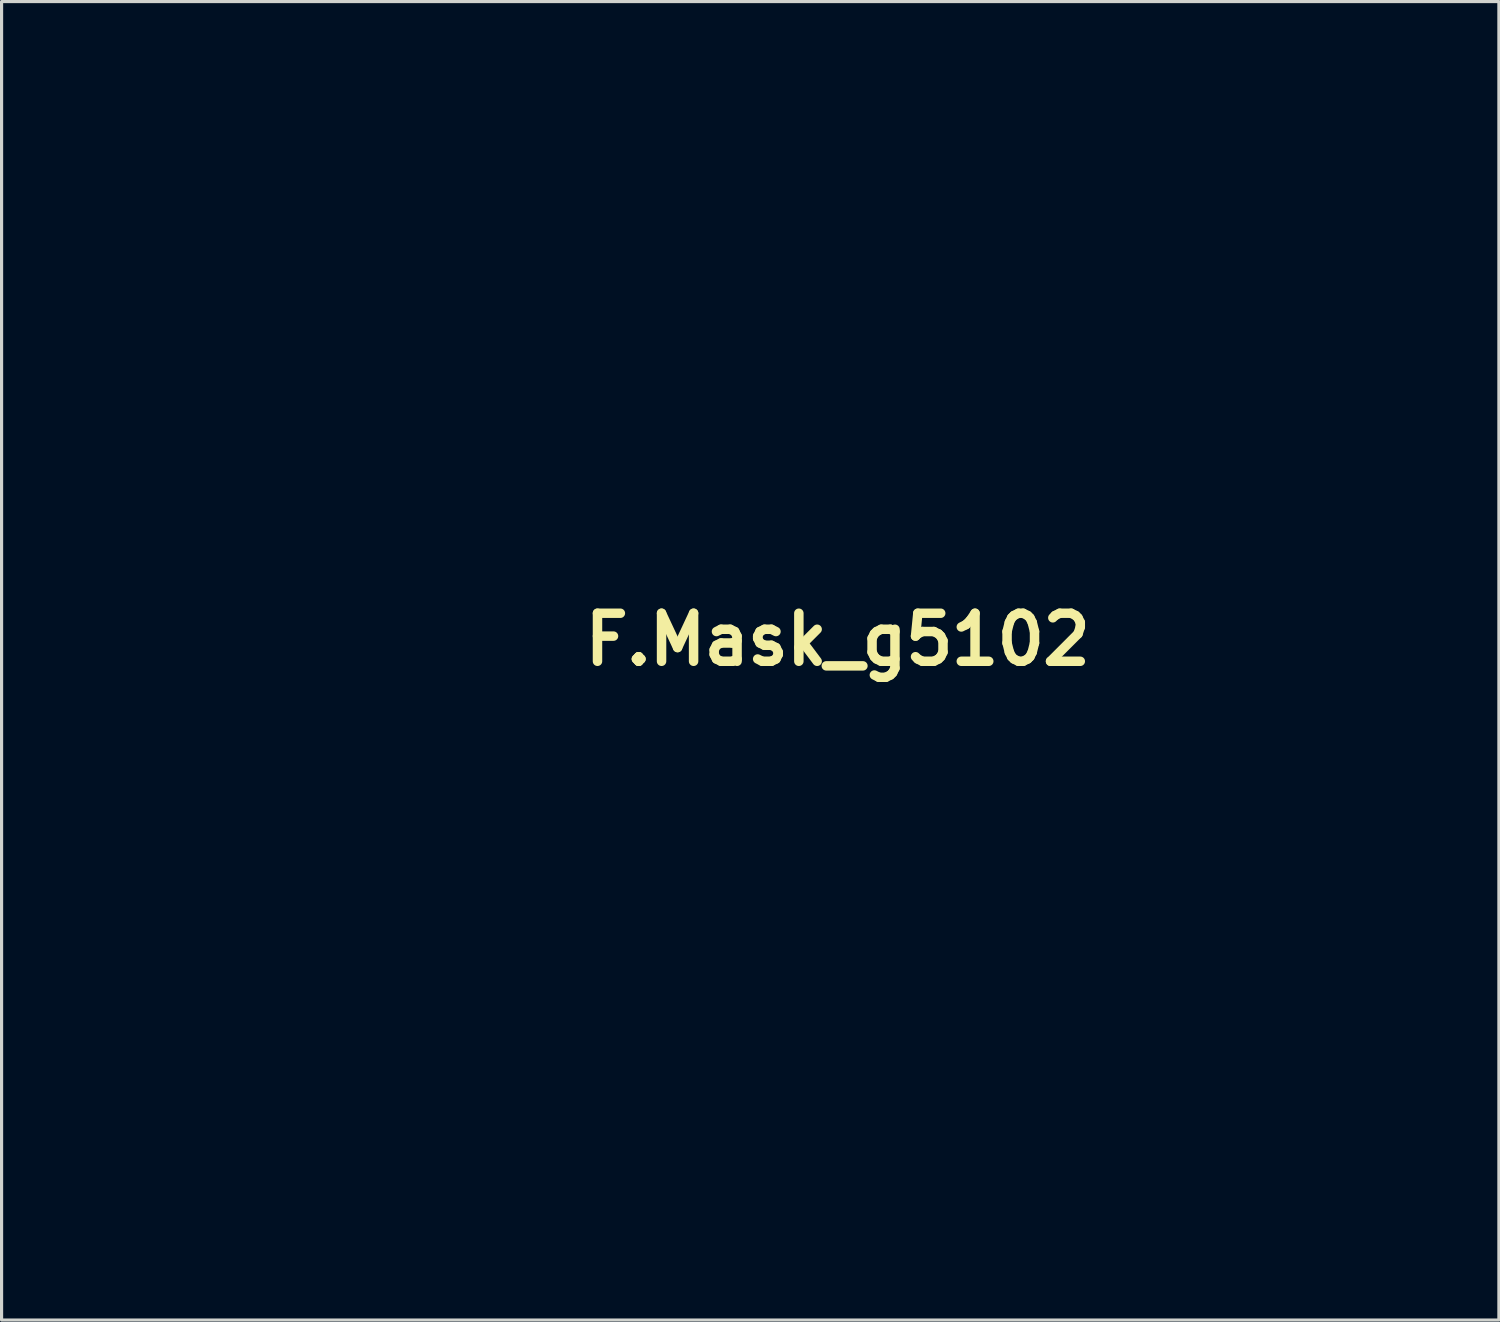
<source format=kicad_pcb>
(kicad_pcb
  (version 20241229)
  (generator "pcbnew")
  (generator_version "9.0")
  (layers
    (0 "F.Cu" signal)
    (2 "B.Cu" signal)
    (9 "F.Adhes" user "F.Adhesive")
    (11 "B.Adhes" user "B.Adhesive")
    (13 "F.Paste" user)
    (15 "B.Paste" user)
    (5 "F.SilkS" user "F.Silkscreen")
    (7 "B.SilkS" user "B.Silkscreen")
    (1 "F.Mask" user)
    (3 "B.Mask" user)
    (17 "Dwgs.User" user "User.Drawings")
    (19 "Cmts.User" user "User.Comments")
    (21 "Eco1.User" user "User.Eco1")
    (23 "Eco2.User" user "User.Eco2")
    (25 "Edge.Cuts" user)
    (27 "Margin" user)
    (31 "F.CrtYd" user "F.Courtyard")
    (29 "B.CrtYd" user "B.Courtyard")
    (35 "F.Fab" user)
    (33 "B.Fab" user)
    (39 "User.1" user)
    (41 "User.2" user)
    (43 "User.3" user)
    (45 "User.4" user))
  (footprint "F.Mask_g5102"
    (layer "F.Cu")
    (at 23.52 17.234)
    (property "Reference" "F.Mask_g5102" (at 0 0 0) (layer "F.SilkS") (effects (font (size 1.524 1.524) (thickness 0.3))))
    (attr through_hole)
    (fp_poly (pts (xy -18.004 12.035) (xy -18.031 12.074) (xy -18.07 12.109) (xy -18.175 12.18) (xy -18.232 12.18) (xy -18.246 12.133) (xy -18.208 12.068) (xy -18.111 12.029) (xy -18.041 12.024) (xy -18.004 12.035)) (stroke (width 0.01) (type solid)) (fill yes) (layer "F.Mask"))
    (fp_poly (pts (xy -18.835 7.513) (xy -18.704 7.551) (xy -18.605 7.603) (xy -18.55 7.663) (xy -18.553 7.727) (xy -18.624 7.788) (xy -18.739 7.819) (xy -18.9 7.829) (xy -19.072 7.818) (xy -19.219 7.787) (xy -19.272 7.765) (xy -19.366 7.689) (xy -19.38 7.613) (xy -19.313 7.549) (xy -19.28 7.534) (xy -19.136 7.5) (xy -18.984 7.494) (xy -18.835 7.513)) (stroke (width 0.01) (type solid)) (fill yes) (layer "F.Mask"))
    (fp_poly (pts (xy -18.487 -1.295) (xy -18.356 -1.248) (xy -18.217 -1.189) (xy -18.04 -1.089) (xy -17.924 -0.99) (xy -17.875 -0.899) (xy -17.886 -0.846) (xy -17.951 -0.813) (xy -18.064 -0.809) (xy -18.196 -0.832) (xy -18.309 -0.875) (xy -18.456 -0.967) (xy -18.569 -1.068) (xy -18.642 -1.166) (xy -18.667 -1.247) (xy -18.637 -1.299) (xy -18.574 -1.312) (xy -18.487 -1.295)) (stroke (width 0.01) (type solid)) (fill yes) (layer "F.Mask"))
    (fp_poly (pts (xy -19.796 15.413) (xy -19.77 15.433) (xy -19.749 15.486) (xy -19.725 15.589) (xy -19.693 15.757) (xy -19.688 15.785) (xy -19.652 15.945) (xy -19.593 16.168) (xy -19.519 16.433) (xy -19.433 16.725) (xy -19.341 17.023) (xy -19.25 17.309) (xy -19.164 17.566) (xy -19.09 17.776) (xy -19.047 17.885) (xy -18.986 18.042) (xy -18.942 18.18) (xy -18.923 18.271) (xy -18.923 18.277) (xy -18.948 18.358) (xy -19.017 18.375) (xy -19.121 18.331) (xy -19.251 18.229) (xy -19.308 18.172) (xy -19.572 17.862) (xy -19.788 17.543) (xy -19.942 17.234) (xy -19.965 17.172) (xy -20.026 16.954) (xy -20.065 16.709) (xy -20.085 16.452) (xy -20.085 16.197) (xy -20.068 15.956) (xy -20.033 15.743) (xy -19.983 15.572) (xy -19.918 15.456) (xy -19.839 15.41) (xy -19.831 15.409) (xy -19.796 15.413)) (stroke (width 0.01) (type solid)) (fill yes) (layer "F.Mask"))
    (fp_poly (pts (xy -22.407 -1.416) (xy -22.37 -1.391) (xy -22.347 -1.35) (xy -22.347 -1.286) (xy -22.372 -1.181) (xy -22.425 -1.019) (xy -22.44 -0.977) (xy -22.5 -0.795) (xy -22.57 -0.561) (xy -22.646 -0.291) (xy -22.725 0.003) (xy -22.803 0.307) (xy -22.878 0.607) (xy -22.945 0.889) (xy -23.001 1.14) (xy -23.043 1.346) (xy -23.067 1.493) (xy -23.072 1.55) (xy -23.107 1.564) (xy -23.15 1.566) (xy -23.223 1.531) (xy -23.276 1.46) (xy -23.314 1.334) (xy -23.348 1.147) (xy -23.375 0.92) (xy -23.393 0.676) (xy -23.4 0.439) (xy -23.394 0.231) (xy -23.394 0.223) (xy -23.369 0.019) (xy -23.328 -0.189) (xy -23.28 -0.358) (xy -23.277 -0.367) (xy -23.167 -0.623) (xy -23.039 -0.859) (xy -22.901 -1.065) (xy -22.761 -1.232) (xy -22.627 -1.353) (xy -22.507 -1.417) (xy -22.407 -1.416)) (stroke (width 0.01) (type solid)) (fill yes) (layer "F.Mask"))
    (fp_poly (pts (xy -22.93 8.915) (xy -22.875 8.96) (xy -22.873 9.048) (xy -22.876 9.065) (xy -22.893 9.195) (xy -22.907 9.395) (xy -22.918 9.646) (xy -22.926 9.934) (xy -22.93 10.241) (xy -22.931 10.551) (xy -22.927 10.849) (xy -22.919 11.118) (xy -22.91 11.299) (xy -22.897 11.528) (xy -22.888 11.73) (xy -22.884 11.888) (xy -22.886 11.986) (xy -22.889 12.008) (xy -22.94 12.062) (xy -23.014 12.04) (xy -23.104 11.948) (xy -23.132 11.906) (xy -23.192 11.796) (xy -23.266 11.632) (xy -23.341 11.442) (xy -23.375 11.345) (xy -23.436 11.16) (xy -23.476 11.01) (xy -23.5 10.866) (xy -23.511 10.699) (xy -23.515 10.481) (xy -23.515 10.435) (xy -23.513 10.201) (xy -23.504 10.023) (xy -23.483 9.873) (xy -23.446 9.722) (xy -23.392 9.547) (xy -23.297 9.3) (xy -23.195 9.106) (xy -23.092 8.974) (xy -22.994 8.912) (xy -22.93 8.915)) (stroke (width 0.01) (type solid)) (fill yes) (layer "F.Mask"))
    (fp_poly (pts (xy 13.942 -16.343) (xy 14.171 -16.278) (xy 14.327 -16.186) (xy 14.488 -16.045) (xy 14.633 -15.88) (xy 14.738 -15.715) (xy 14.773 -15.628) (xy 14.802 -15.455) (xy 14.812 -15.223) (xy 14.805 -14.955) (xy 14.781 -14.675) (xy 14.757 -14.499) (xy 14.728 -14.245) (xy 14.738 -14.066) (xy 14.787 -13.961) (xy 14.877 -13.928) (xy 15.008 -13.968) (xy 15.156 -14.06) (xy 15.451 -14.236) (xy 15.733 -14.33) (xy 15.998 -14.342) (xy 16.243 -14.274) (xy 16.463 -14.125) (xy 16.656 -13.898) (xy 16.79 -13.655) (xy 16.899 -13.326) (xy 16.929 -12.99) (xy 16.878 -12.642) (xy 16.747 -12.278) (xy 16.612 -12.022) (xy 16.512 -11.826) (xy 16.45 -11.648) (xy 16.428 -11.503) (xy 16.45 -11.406) (xy 16.472 -11.384) (xy 16.537 -11.368) (xy 16.666 -11.356) (xy 16.838 -11.348) (xy 16.972 -11.346) (xy 17.412 -11.345) (xy 17.575 -11.168) (xy 17.689 -11.025) (xy 17.802 -10.852) (xy 17.854 -10.756) (xy 17.916 -10.616) (xy 17.95 -10.49) (xy 17.964 -10.343) (xy 17.965 -10.181) (xy 17.939 -9.85) (xy 17.877 -9.518) (xy 17.785 -9.209) (xy 17.668 -8.942) (xy 17.541 -8.747) (xy 17.436 -8.632) (xy 17.361 -8.582) (xy 17.299 -8.594) (xy 17.239 -8.655) (xy 17.163 -8.774) (xy 17.114 -8.878) (xy 17.081 -8.97) (xy 17.028 -9.116) (xy 16.965 -9.292) (xy 16.934 -9.377) (xy 16.775 -9.767) (xy 16.563 -10.205) (xy 16.306 -10.679) (xy 16.011 -11.178) (xy 15.683 -11.688) (xy 15.331 -12.199) (xy 15.134 -12.47) (xy 14.858 -12.809) (xy 14.532 -13.152) (xy 14.147 -13.505) (xy 13.699 -13.873) (xy 13.179 -14.263) (xy 13.006 -14.387) (xy 12.789 -14.545) (xy 12.634 -14.669) (xy 12.532 -14.771) (xy 12.476 -14.863) (xy 12.455 -14.956) (xy 12.461 -15.061) (xy 12.464 -15.08) (xy 12.519 -15.282) (xy 12.617 -15.514) (xy 12.744 -15.743) (xy 12.882 -15.938) (xy 12.893 -15.951) (xy 13.114 -16.149) (xy 13.374 -16.284) (xy 13.655 -16.35) (xy 13.942 -16.343)) (stroke (width 0.01) (type solid)) (fill yes) (layer "F.Mask"))
    (fp_poly (pts (xy -2.301 -17.201) (xy -2.074 -17.111) (xy -1.874 -16.954) (xy -1.694 -16.723) (xy -1.565 -16.493) (xy -1.472 -16.251) (xy -1.44 -16.029) (xy -1.471 -15.841) (xy -1.508 -15.767) (xy -1.57 -15.698) (xy -1.682 -15.594) (xy -1.826 -15.472) (xy -1.942 -15.38) (xy -2.237 -15.134) (xy -2.566 -14.832) (xy -2.917 -14.485) (xy -3.277 -14.107) (xy -3.635 -13.711) (xy -3.978 -13.312) (xy -4.295 -12.921) (xy -4.572 -12.553) (xy -4.72 -12.34) (xy -4.85 -12.136) (xy -5.002 -11.882) (xy -5.161 -11.604) (xy -5.311 -11.329) (xy -5.38 -11.197) (xy -5.551 -10.87) (xy -5.69 -10.616) (xy -5.801 -10.431) (xy -5.885 -10.311) (xy -5.945 -10.252) (xy -5.967 -10.245) (xy -6.015 -10.274) (xy -6.091 -10.349) (xy -6.12 -10.382) (xy -6.303 -10.661) (xy -6.43 -10.995) (xy -6.499 -11.373) (xy -6.507 -11.784) (xy -6.505 -11.811) (xy -6.466 -12.165) (xy -6.4 -12.443) (xy -6.304 -12.647) (xy -6.177 -12.781) (xy -6.017 -12.85) (xy -5.981 -12.856) (xy -5.774 -12.857) (xy -5.551 -12.814) (xy -5.354 -12.738) (xy -5.288 -12.697) (xy -5.159 -12.627) (xy -5.069 -12.631) (xy -5.016 -12.708) (xy -5.013 -12.721) (xy -5.001 -12.802) (xy -5.007 -12.893) (xy -5.038 -13.007) (xy -5.096 -13.16) (xy -5.187 -13.364) (xy -5.262 -13.525) (xy -5.355 -13.726) (xy -5.418 -13.874) (xy -5.455 -13.992) (xy -5.475 -14.104) (xy -5.481 -14.234) (xy -5.482 -14.352) (xy -5.478 -14.543) (xy -5.462 -14.684) (xy -5.427 -14.81) (xy -5.363 -14.953) (xy -5.343 -14.996) (xy -5.178 -15.27) (xy -4.994 -15.462) (xy -4.792 -15.571) (xy -4.576 -15.598) (xy -4.346 -15.542) (xy -4.104 -15.402) (xy -3.98 -15.3) (xy -3.816 -15.164) (xy -3.69 -15.086) (xy -3.598 -15.07) (xy -3.537 -15.121) (xy -3.501 -15.242) (xy -3.488 -15.437) (xy -3.493 -15.711) (xy -3.497 -15.801) (xy -3.506 -16.145) (xy -3.49 -16.421) (xy -3.447 -16.642) (xy -3.375 -16.823) (xy -3.271 -16.977) (xy -3.255 -16.996) (xy -3.118 -17.115) (xy -2.946 -17.189) (xy -2.721 -17.224) (xy -2.564 -17.229) (xy -2.301 -17.201)) (stroke (width 0.01) (type solid)) (fill yes) (layer "F.Mask"))
    (fp_poly (pts (xy -21.184 -2.134) (xy -21.009 -2.092) (xy -20.794 -2.025) (xy -20.528 -1.932) (xy -20.203 -1.809) (xy -19.81 -1.656) (xy -19.782 -1.645) (xy -18.927 -1.307) (xy -19.012 -1.089) (xy -19.064 -0.962) (xy -19.105 -0.866) (xy -19.121 -0.834) (xy -19.172 -0.82) (xy -19.291 -0.815) (xy -19.462 -0.818) (xy -19.616 -0.825) (xy -19.832 -0.835) (xy -19.97 -0.833) (xy -20.031 -0.815) (xy -20.014 -0.78) (xy -19.918 -0.726) (xy -19.742 -0.651) (xy -19.537 -0.572) (xy -19.358 -0.502) (xy -19.206 -0.44) (xy -19.101 -0.394) (xy -19.065 -0.373) (xy -19.031 -0.308) (xy -19.016 -0.202) (xy -19.016 -0.199) (xy -18.997 -0.101) (xy -18.948 0.047) (xy -18.878 0.218) (xy -18.842 0.294) (xy -18.762 0.476) (xy -18.702 0.641) (xy -18.671 0.766) (xy -18.669 0.794) (xy -18.66 0.937) (xy -18.621 1.026) (xy -18.539 1.073) (xy -18.397 1.091) (xy -18.277 1.091) (xy -18.047 1.106) (xy -17.818 1.15) (xy -17.605 1.218) (xy -17.426 1.303) (xy -17.298 1.398) (xy -17.237 1.496) (xy -17.237 1.499) (xy -17.247 1.605) (xy -17.327 1.666) (xy -17.475 1.681) (xy -17.69 1.651) (xy -17.969 1.576) (xy -18.186 1.503) (xy -18.359 1.441) (xy -18.503 1.392) (xy -18.599 1.361) (xy -18.627 1.355) (xy -18.655 1.392) (xy -18.683 1.484) (xy -18.689 1.513) (xy -18.745 1.729) (xy -18.825 1.874) (xy -18.939 1.963) (xy -19.022 1.993) (xy -19.196 2.04) (xy -19.081 2.124) (xy -18.99 2.219) (xy -18.969 2.308) (xy -19.02 2.375) (xy -19.074 2.396) (xy -19.168 2.406) (xy -19.316 2.406) (xy -19.489 2.397) (xy -19.514 2.395) (xy -19.714 2.384) (xy -19.832 2.394) (xy -19.869 2.423) (xy -19.827 2.471) (xy -19.706 2.535) (xy -19.506 2.617) (xy -19.309 2.686) (xy -19.162 2.738) (xy -19.08 2.778) (xy -19.045 2.82) (xy -19.041 2.878) (xy -19.044 2.903) (xy -19.089 3.116) (xy -19.163 3.279) (xy -19.259 3.376) (xy -19.262 3.377) (xy -19.381 3.407) (xy -19.579 3.414) (xy -19.851 3.398) (xy -20.197 3.36) (xy -20.611 3.298) (xy -20.63 3.295) (xy -20.883 3.257) (xy -21.06 3.237) (xy -21.17 3.236) (xy -21.217 3.251) (xy -21.249 3.311) (xy -21.217 3.371) (xy -21.116 3.434) (xy -20.94 3.504) (xy -20.794 3.551) (xy -20.564 3.627) (xy -20.41 3.69) (xy -20.327 3.745) (xy -20.31 3.797) (xy -20.351 3.851) (xy -20.411 3.893) (xy -20.529 3.952) (xy -20.642 3.971) (xy -20.785 3.954) (xy -20.863 3.937) (xy -21.022 3.875) (xy -21.197 3.768) (xy -21.371 3.631) (xy -21.53 3.478) (xy -21.658 3.325) (xy -21.739 3.185) (xy -21.759 3.097) (xy -21.722 3.013) (xy -21.621 2.914) (xy -21.474 2.81) (xy -21.299 2.71) (xy -21.113 2.626) (xy -20.934 2.566) (xy -20.779 2.54) (xy -20.763 2.54) (xy -20.589 2.521) (xy -20.478 2.458) (xy -20.421 2.339) (xy -20.405 2.162) (xy -20.394 1.987) (xy -20.36 1.884) (xy -20.339 1.861) (xy -20.285 1.777) (xy -20.304 1.687) (xy -20.386 1.599) (xy -20.52 1.523) (xy -20.697 1.468) (xy -20.812 1.449) (xy -20.93 1.443) (xy -20.986 1.466) (xy -20.985 1.531) (xy -20.929 1.649) (xy -20.902 1.698) (xy -20.807 1.868) (xy -21.061 2.098) (xy -21.314 2.303) (xy -21.541 2.433) (xy -21.754 2.492) (xy -21.962 2.482) (xy -22.169 2.409) (xy -22.335 2.301) (xy -22.5 2.147) (xy -22.638 1.975) (xy -22.728 1.809) (xy -22.737 1.782) (xy -22.76 1.661) (xy -21.626 1.661) (xy -21.618 1.712) (xy -21.569 1.772) (xy -21.504 1.751) (xy -21.438 1.672) (xy -21.394 1.564) (xy -21.406 1.48) (xy -21.471 1.44) (xy -21.484 1.439) (xy -21.55 1.476) (xy -21.603 1.561) (xy -21.626 1.661) (xy -22.76 1.661) (xy -22.771 1.606) (xy -22.766 1.459) (xy -22.724 1.357) (xy -22.662 1.32) (xy -22.545 1.28) (xy -22.506 1.207) (xy -22.545 1.103) (xy -22.58 1.056) (xy -22.666 0.893) (xy -22.697 0.688) (xy -22.678 0.461) (xy -22.612 0.23) (xy -22.503 0.017) (xy -22.371 -0.144) (xy -22.272 -0.244) (xy -22.204 -0.324) (xy -22.183 -0.36) (xy -22.157 -0.416) (xy -22.112 -0.473) (xy -22.063 -0.573) (xy -22.049 -0.733) (xy -22.05 -0.768) (xy -22.051 -0.88) (xy -22.035 -0.963) (xy -21.992 -1.041) (xy -21.909 -1.14) (xy -21.824 -1.23) (xy -21.714 -1.35) (xy -21.632 -1.448) (xy -21.592 -1.509) (xy -21.59 -1.516) (xy -21.627 -1.592) (xy -21.73 -1.634) (xy -21.883 -1.635) (xy -21.907 -1.632) (xy -22.024 -1.618) (xy -22.081 -1.628) (xy -22.097 -1.667) (xy -22.098 -1.686) (xy -22.064 -1.768) (xy -21.976 -1.872) (xy -21.853 -1.977) (xy -21.717 -2.067) (xy -21.647 -2.101) (xy -21.548 -2.135) (xy -21.444 -2.154) (xy -21.326 -2.154) (xy -21.184 -2.134)) (stroke (width 0.01) (type solid)) (fill yes) (layer "F.Mask"))
    (fp_poly (pts (xy -18.418 13.492) (xy -18.381 13.516) (xy -18.309 13.55) (xy -18.177 13.591) (xy -18.006 13.633) (xy -17.907 13.653) (xy -17.733 13.687) (xy -17.593 13.716) (xy -17.505 13.737) (xy -17.487 13.744) (xy -17.502 13.78) (xy -17.563 13.855) (xy -17.611 13.906) (xy -17.689 13.996) (xy -17.728 14.061) (xy -17.729 14.078) (xy -17.682 14.072) (xy -17.58 14.033) (xy -17.443 13.971) (xy -17.402 13.95) (xy -17.224 13.869) (xy -17.043 13.801) (xy -16.897 13.759) (xy -16.89 13.758) (xy -16.759 13.738) (xy -16.677 13.746) (xy -16.608 13.787) (xy -16.574 13.817) (xy -16.476 13.886) (xy -16.332 13.96) (xy -16.218 14.007) (xy -16.012 14.105) (xy -15.871 14.228) (xy -15.856 14.246) (xy -15.752 14.354) (xy -15.655 14.384) (xy -15.554 14.335) (xy -15.455 14.228) (xy -15.285 14.058) (xy -15.06 13.897) (xy -14.811 13.764) (xy -14.676 13.711) (xy -14.513 13.666) (xy -14.412 13.666) (xy -14.362 13.715) (xy -14.351 13.791) (xy -14.392 13.911) (xy -14.515 14.048) (xy -14.718 14.202) (xy -15 14.372) (xy -15.11 14.43) (xy -15.297 14.53) (xy -15.42 14.602) (xy -15.49 14.656) (xy -15.519 14.699) (xy -15.519 14.742) (xy -15.517 14.748) (xy -15.493 14.841) (xy -15.46 14.978) (xy -15.442 15.057) (xy -15.417 15.19) (xy -15.419 15.281) (xy -15.457 15.368) (xy -15.506 15.446) (xy -15.619 15.616) (xy -15.461 15.629) (xy -15.361 15.65) (xy -15.319 15.694) (xy -15.337 15.769) (xy -15.418 15.879) (xy -15.564 16.03) (xy -15.654 16.115) (xy -15.785 16.242) (xy -15.884 16.35) (xy -15.94 16.425) (xy -15.946 16.453) (xy -15.896 16.449) (xy -15.79 16.412) (xy -15.645 16.348) (xy -15.544 16.298) (xy -15.383 16.216) (xy -15.25 16.153) (xy -15.162 16.115) (xy -15.138 16.108) (xy -15.101 16.145) (xy -15.057 16.24) (xy -15.014 16.365) (xy -14.982 16.495) (xy -14.966 16.604) (xy -14.97 16.654) (xy -15.027 16.752) (xy -15.143 16.889) (xy -15.306 17.055) (xy -15.506 17.239) (xy -15.732 17.433) (xy -15.973 17.626) (xy -16.218 17.809) (xy -16.351 17.902) (xy -16.476 18.006) (xy -16.563 18.116) (xy -16.599 18.213) (xy -16.58 18.274) (xy -16.535 18.265) (xy -16.434 18.221) (xy -16.294 18.149) (xy -16.183 18.088) (xy -15.946 17.957) (xy -15.773 17.875) (xy -15.66 17.84) (xy -15.603 17.852) (xy -15.596 17.912) (xy -15.636 18.02) (xy -15.663 18.075) (xy -15.806 18.268) (xy -16.009 18.42) (xy -16.255 18.525) (xy -16.526 18.577) (xy -16.804 18.571) (xy -16.965 18.537) (xy -17.062 18.495) (xy -17.099 18.43) (xy -17.103 18.378) (xy -17.077 18.195) (xy -17.007 17.971) (xy -16.903 17.73) (xy -16.775 17.495) (xy -16.635 17.291) (xy -16.589 17.234) (xy -16.465 17.053) (xy -16.422 16.883) (xy -16.46 16.729) (xy -16.517 16.651) (xy -16.586 16.537) (xy -16.602 16.383) (xy -16.602 16.382) (xy -16.612 16.249) (xy -16.653 16.189) (xy -16.653 16.188) (xy -16.741 16.19) (xy -16.867 16.232) (xy -17.01 16.303) (xy -17.146 16.389) (xy -17.253 16.477) (xy -17.31 16.554) (xy -17.314 16.574) (xy -17.277 16.622) (xy -17.185 16.671) (xy -17.145 16.684) (xy -17.04 16.72) (xy -16.981 16.75) (xy -16.976 16.757) (xy -16.985 16.805) (xy -17.01 16.917) (xy -17.047 17.076) (xy -17.084 17.233) (xy -17.168 17.541) (xy -17.26 17.776) (xy -17.366 17.952) (xy -17.495 18.083) (xy -17.655 18.18) (xy -17.664 18.184) (xy -17.921 18.269) (xy -18.169 18.288) (xy -18.394 18.243) (xy -18.582 18.137) (xy -18.696 18.01) (xy -18.743 17.926) (xy -18.743 17.86) (xy -18.698 17.771) (xy -18.639 17.639) (xy -18.627 17.545) (xy -18.664 17.501) (xy -18.713 17.505) (xy -18.827 17.501) (xy -18.939 17.428) (xy -19.042 17.299) (xy -19.129 17.129) (xy -19.155 17.05) (xy -17.772 17.05) (xy -17.743 17.172) (xy -17.743 17.172) (xy -17.686 17.251) (xy -17.632 17.25) (xy -17.591 17.176) (xy -17.576 17.089) (xy -17.574 16.985) (xy -17.6 16.941) (xy -17.652 16.933) (xy -17.739 16.965) (xy -17.772 17.05) (xy -19.155 17.05) (xy -19.193 16.934) (xy -19.229 16.728) (xy -19.228 16.525) (xy -19.21 16.423) (xy -19.172 16.17) (xy -19.179 15.937) (xy -19.231 15.745) (xy -19.29 15.647) (xy -19.362 15.541) (xy -19.379 15.439) (xy -19.37 15.369) (xy -19.334 15.141) (xy -19.315 14.948) (xy -19.314 14.804) (xy -19.331 14.724) (xy -19.34 14.715) (xy -19.421 14.71) (xy -19.516 14.766) (xy -19.603 14.87) (xy -19.624 14.905) (xy -19.686 15) (xy -19.734 15.022) (xy -19.765 14.983) (xy -19.778 14.893) (xy -19.77 14.764) (xy -19.741 14.607) (xy -19.696 14.457) (xy -19.577 14.232) (xy -19.382 14.018) (xy -19.108 13.812) (xy -18.843 13.659) (xy -18.665 13.567) (xy -18.545 13.512) (xy -18.468 13.489) (xy -18.418 13.492)) (stroke (width 0.01) (type solid)) (fill yes) (layer "F.Mask"))
    (fp_poly (pts (xy -19.663 7.885) (xy -19.686 8.052) (xy -19.716 8.167) (xy -19.768 8.246) (xy -19.857 8.302) (xy -19.998 8.351) (xy -20.201 8.405) (xy -20.354 8.448) (xy -20.484 8.491) (xy -20.551 8.519) (xy -20.611 8.556) (xy -20.596 8.579) (xy -20.552 8.598) (xy -20.474 8.611) (xy -20.335 8.615) (xy -20.161 8.612) (xy -20.08 8.607) (xy -19.843 8.596) (xy -19.676 8.599) (xy -19.566 8.62) (xy -19.501 8.663) (xy -19.466 8.73) (xy -19.459 8.759) (xy -19.416 8.854) (xy -19.322 8.986) (xy -19.191 9.135) (xy -19.176 9.151) (xy -19.055 9.286) (xy -18.958 9.413) (xy -18.902 9.51) (xy -18.894 9.533) (xy -18.851 9.642) (xy -18.779 9.744) (xy -18.7 9.81) (xy -18.663 9.821) (xy -18.601 9.799) (xy -18.509 9.743) (xy -18.502 9.738) (xy -18.321 9.649) (xy -18.078 9.591) (xy -17.792 9.569) (xy -17.772 9.568) (xy -17.546 9.582) (xy -17.395 9.624) (xy -17.322 9.694) (xy -17.314 9.733) (xy -17.337 9.83) (xy -17.41 9.907) (xy -17.541 9.967) (xy -17.736 10.011) (xy -18.004 10.044) (xy -18.235 10.061) (xy -18.711 10.088) (xy -18.711 10.333) (xy -18.722 10.542) (xy -18.76 10.69) (xy -18.834 10.797) (xy -18.928 10.87) (xy -19.067 10.958) (xy -18.955 10.987) (xy -18.851 11.029) (xy -18.792 11.075) (xy -18.772 11.152) (xy -18.836 11.232) (xy -18.98 11.314) (xy -19.204 11.399) (xy -19.25 11.413) (xy -19.446 11.479) (xy -19.558 11.531) (xy -19.586 11.57) (xy -19.531 11.596) (xy -19.393 11.609) (xy -19.171 11.609) (xy -19.146 11.609) (xy -18.721 11.597) (xy -18.692 11.833) (xy -18.685 12.022) (xy -18.726 12.162) (xy -18.827 12.273) (xy -18.998 12.374) (xy -19.033 12.39) (xy -19.147 12.434) (xy -19.318 12.49) (xy -19.525 12.552) (xy -19.751 12.616) (xy -19.977 12.676) (xy -20.184 12.727) (xy -20.353 12.765) (xy -20.466 12.784) (xy -20.487 12.785) (xy -20.575 12.818) (xy -20.658 12.894) (xy -20.7 12.98) (xy -20.701 12.992) (xy -20.681 13.014) (xy -20.613 13.025) (xy -20.487 13.027) (xy -20.292 13.02) (xy -20.199 13.014) (xy -19.968 13.004) (xy -19.797 13.005) (xy -19.696 13.015) (xy -19.672 13.026) (xy -19.673 13.096) (xy -19.736 13.185) (xy -19.842 13.275) (xy -19.955 13.339) (xy -20.203 13.407) (xy -20.465 13.399) (xy -20.619 13.358) (xy -20.84 13.265) (xy -21.029 13.163) (xy -21.163 13.064) (xy -21.185 13.042) (xy -21.236 12.976) (xy -21.241 12.915) (xy -21.204 12.822) (xy -21.199 12.811) (xy -21.111 12.67) (xy -20.977 12.506) (xy -20.819 12.341) (xy -20.657 12.196) (xy -20.515 12.093) (xy -20.478 12.074) (xy -20.287 11.961) (xy -20.176 11.834) (xy -20.142 11.685) (xy -20.18 11.506) (xy -20.193 11.473) (xy -20.224 11.357) (xy -20.204 11.246) (xy -20.191 11.213) (xy -20.159 11.117) (xy -20.171 11.062) (xy -20.215 11.022) (xy -20.31 10.985) (xy -20.445 10.971) (xy -20.595 10.977) (xy -20.738 11.001) (xy -20.851 11.04) (xy -20.909 11.09) (xy -20.913 11.107) (xy -20.884 11.168) (xy -20.813 11.254) (xy -20.786 11.282) (xy -20.706 11.365) (xy -20.662 11.426) (xy -20.659 11.436) (xy -20.683 11.503) (xy -20.746 11.618) (xy -20.837 11.763) (xy -20.943 11.919) (xy -21.051 12.068) (xy -21.15 12.192) (xy -21.208 12.255) (xy -21.382 12.425) (xy -21.73 12.425) (xy -21.912 12.422) (xy -22.036 12.408) (xy -22.13 12.378) (xy -22.221 12.325) (xy -22.238 12.314) (xy -22.413 12.167) (xy -22.534 12.01) (xy -22.597 11.857) (xy -22.599 11.719) (xy -22.534 11.608) (xy -22.5 11.582) (xy -22.413 11.498) (xy -22.408 11.453) (xy -21.463 11.453) (xy -21.455 11.555) (xy -21.423 11.592) (xy -21.39 11.591) (xy -21.324 11.544) (xy -21.276 11.461) (xy -21.261 11.35) (xy -21.3 11.28) (xy -21.379 11.269) (xy -21.397 11.275) (xy -21.448 11.339) (xy -21.463 11.453) (xy -22.408 11.453) (xy -22.404 11.419) (xy -22.474 11.356) (xy -22.491 11.349) (xy -22.591 11.294) (xy -22.66 11.209) (xy -22.71 11.072) (xy -22.743 10.923) (xy -22.765 10.644) (xy -22.733 10.377) (xy -22.649 10.147) (xy -22.602 10.07) (xy -22.539 9.965) (xy -22.504 9.879) (xy -22.502 9.87) (xy -22.485 9.777) (xy -22.461 9.685) (xy -22.451 9.562) (xy -22.472 9.403) (xy -22.48 9.367) (xy -22.504 9.263) (xy -22.508 9.18) (xy -22.488 9.094) (xy -22.438 8.979) (xy -22.376 8.854) (xy -22.298 8.69) (xy -22.259 8.583) (xy -22.254 8.517) (xy -22.27 8.484) (xy -22.363 8.429) (xy -22.476 8.447) (xy -22.564 8.509) (xy -22.653 8.574) (xy -22.73 8.591) (xy -22.773 8.559) (xy -22.775 8.54) (xy -22.752 8.454) (xy -22.69 8.328) (xy -22.607 8.189) (xy -22.517 8.064) (xy -22.485 8.027) (xy -22.386 7.932) (xy -22.276 7.859) (xy -22.142 7.804) (xy -21.972 7.764) (xy -21.751 7.734) (xy -21.466 7.713) (xy -21.254 7.701) (xy -20.97 7.689) (xy -20.678 7.679) (xy -20.402 7.671) (xy -20.17 7.666) (xy -20.073 7.665) (xy -19.635 7.662) (xy -19.663 7.885)) (stroke (width 0.01) (type solid)) (fill yes) (layer "F.Mask")))
  (gr_rect
    (start -3 -3)
    (end 44.489 38.817)
    (stroke (width 0.1) (type default))
    (fill no)
    (layer "Edge.Cuts")))
</source>
